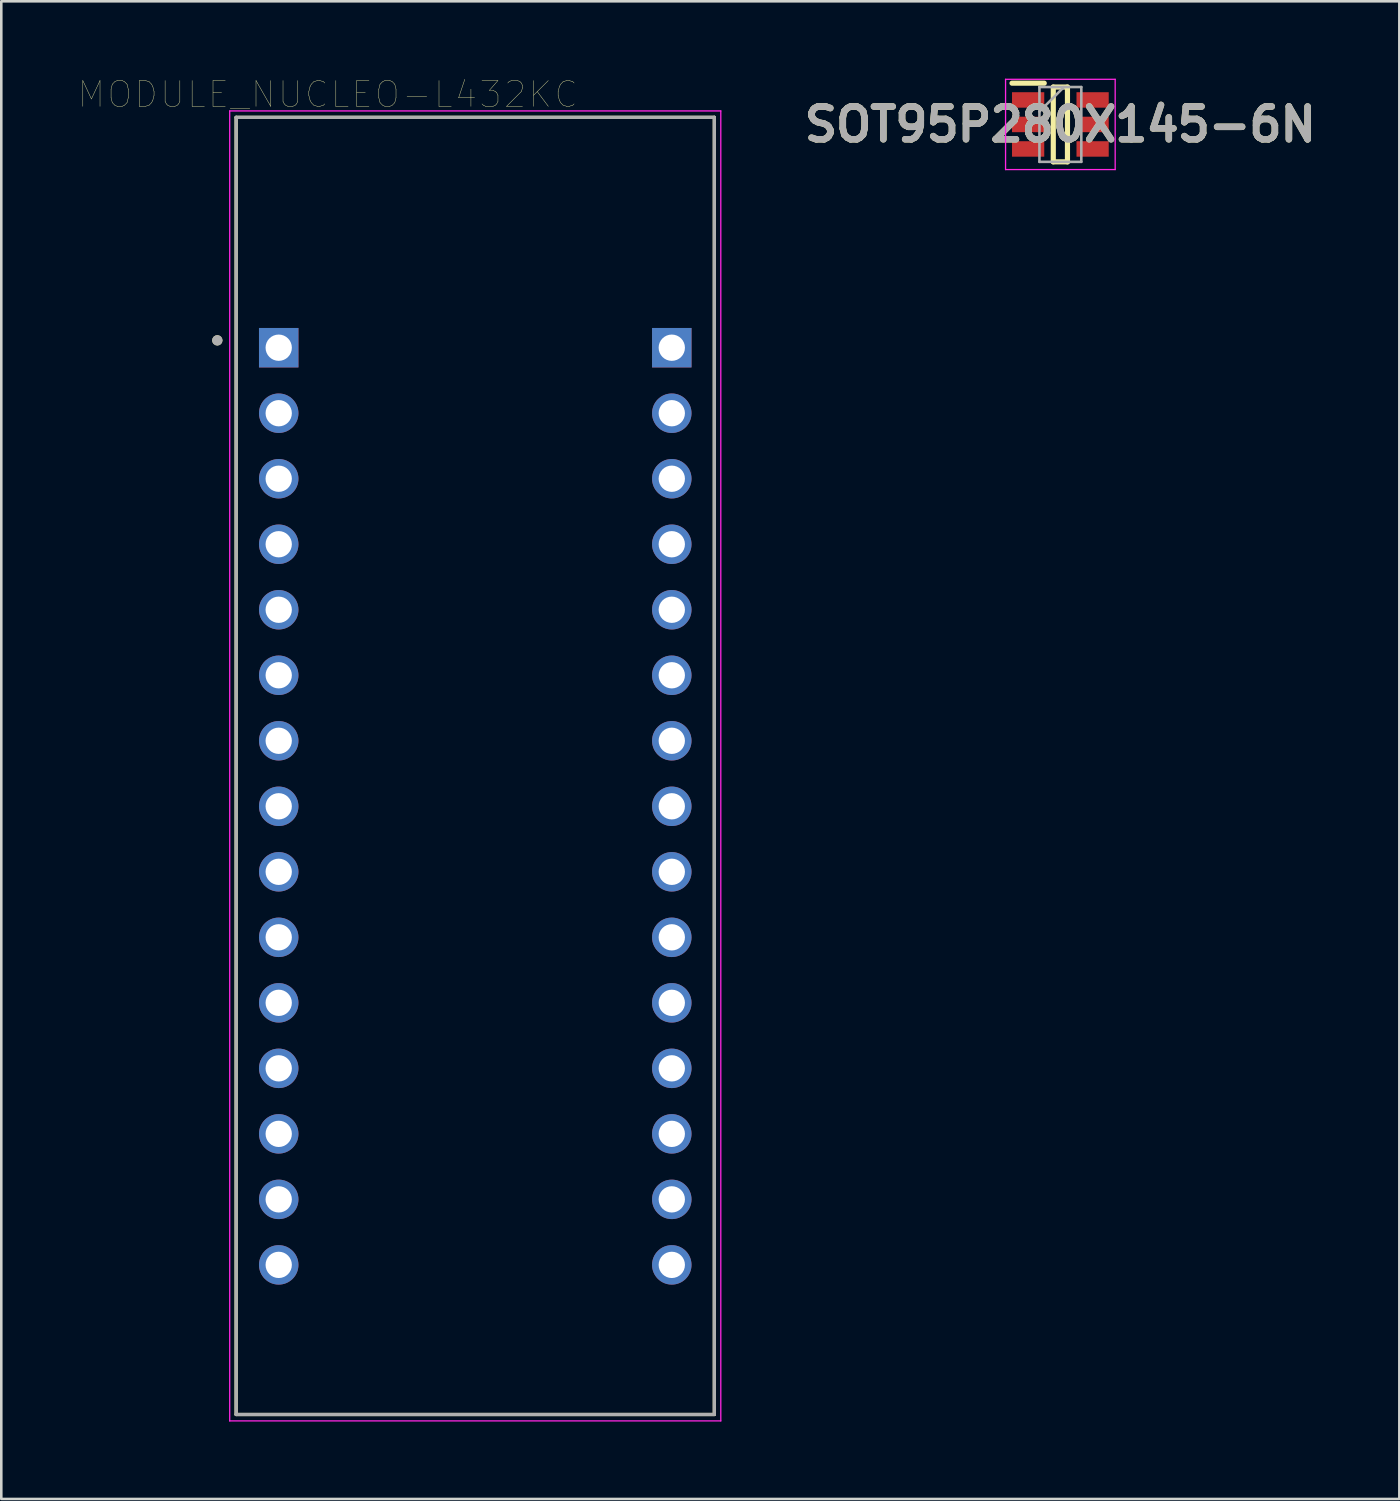
<source format=kicad_pcb>
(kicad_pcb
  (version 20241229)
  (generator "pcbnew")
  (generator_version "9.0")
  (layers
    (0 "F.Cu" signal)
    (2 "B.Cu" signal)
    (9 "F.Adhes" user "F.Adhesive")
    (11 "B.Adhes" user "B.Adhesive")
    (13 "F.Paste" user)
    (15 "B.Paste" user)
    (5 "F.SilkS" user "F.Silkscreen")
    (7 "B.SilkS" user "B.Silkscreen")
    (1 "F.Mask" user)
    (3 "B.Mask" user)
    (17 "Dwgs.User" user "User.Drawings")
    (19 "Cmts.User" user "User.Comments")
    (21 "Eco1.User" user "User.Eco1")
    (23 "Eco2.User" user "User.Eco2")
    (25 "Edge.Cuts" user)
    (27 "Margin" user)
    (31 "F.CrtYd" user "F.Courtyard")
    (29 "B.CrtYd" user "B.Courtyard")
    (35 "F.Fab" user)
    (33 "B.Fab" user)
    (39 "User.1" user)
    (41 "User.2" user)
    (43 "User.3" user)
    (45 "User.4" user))
  (footprint "MODULE_NUCLEO-L432KC"
    (layer "F.Cu")
    (at 15.376 26.646)
    (property "Reference" "MODULE_NUCLEO-L432KC" (at -5.715 -26.035 0) (layer "F.SilkS") (effects (font (size 1 1) (thickness 0.015))))
    (attr through_hole)
    (fp_line (start -9.27 -25.145) (end 9.27 -25.145) (stroke (width 0.127) (type solid)) (layer "F.SilkS"))
    (fp_line (start -9.27 25.145) (end -9.27 -25.145) (stroke (width 0.127) (type solid)) (layer "F.SilkS"))
    (fp_line (start 9.27 -25.145) (end 9.27 25.145) (stroke (width 0.127) (type solid)) (layer "F.SilkS"))
    (fp_line (start 9.27 25.145) (end -9.27 25.145) (stroke (width 0.127) (type solid)) (layer "F.SilkS"))
    (fp_circle (center -10 -16.5) (end -9.9 -16.5) (stroke (width 0.2) (type solid)) (fill no) (layer "F.SilkS"))
    (fp_line (start -9.52 -25.395) (end 9.52 -25.395) (stroke (width 0.05) (type solid)) (layer "F.CrtYd"))
    (fp_line (start -9.52 25.395) (end -9.52 -25.395) (stroke (width 0.05) (type solid)) (layer "F.CrtYd"))
    (fp_line (start 9.52 -25.395) (end 9.52 25.395) (stroke (width 0.05) (type solid)) (layer "F.CrtYd"))
    (fp_line (start 9.52 25.395) (end -9.52 25.395) (stroke (width 0.05) (type solid)) (layer "F.CrtYd"))
    (fp_line (start -9.27 -25.145) (end 9.27 -25.145) (stroke (width 0.127) (type solid)) (layer "F.Fab"))
    (fp_line (start -9.27 25.145) (end -9.27 -25.145) (stroke (width 0.127) (type solid)) (layer "F.Fab"))
    (fp_line (start 9.27 -25.145) (end 9.27 25.145) (stroke (width 0.127) (type solid)) (layer "F.Fab"))
    (fp_line (start 9.27 25.145) (end -9.27 25.145) (stroke (width 0.127) (type solid)) (layer "F.Fab"))
    (fp_circle (center -10 -16.5) (end -9.9 -16.5) (stroke (width 0.2) (type solid)) (fill no) (layer "F.Fab"))
    (pad "1" thru_hole rect (at -7.62 -16.215) (size 1.53 1.53) (drill 1.02) (layers "*.Cu" "*.Mask"))
    (pad "2" thru_hole circle (at -7.62 -13.675) (size 1.53 1.53) (drill 1.02) (layers "*.Cu" "*.Mask"))
    (pad "3" thru_hole circle (at -7.62 -11.135) (size 1.53 1.53) (drill 1.02) (layers "*.Cu" "*.Mask"))
    (pad "4" thru_hole circle (at -7.62 -8.595) (size 1.53 1.53) (drill 1.02) (layers "*.Cu" "*.Mask"))
    (pad "5" thru_hole circle (at -7.62 -6.055) (size 1.53 1.53) (drill 1.02) (layers "*.Cu" "*.Mask"))
    (pad "6" thru_hole circle (at -7.62 -3.515) (size 1.53 1.53) (drill 1.02) (layers "*.Cu" "*.Mask"))
    (pad "7" thru_hole circle (at -7.62 -0.975) (size 1.53 1.53) (drill 1.02) (layers "*.Cu" "*.Mask"))
    (pad "8" thru_hole circle (at -7.62 1.565) (size 1.53 1.53) (drill 1.02) (layers "*.Cu" "*.Mask"))
    (pad "9" thru_hole circle (at -7.62 4.105) (size 1.53 1.53) (drill 1.02) (layers "*.Cu" "*.Mask"))
    (pad "10" thru_hole circle (at -7.62 6.645) (size 1.53 1.53) (drill 1.02) (layers "*.Cu" "*.Mask"))
    (pad "11" thru_hole circle (at -7.62 9.185) (size 1.53 1.53) (drill 1.02) (layers "*.Cu" "*.Mask"))
    (pad "12" thru_hole circle (at -7.62 11.725) (size 1.53 1.53) (drill 1.02) (layers "*.Cu" "*.Mask"))
    (pad "13" thru_hole circle (at -7.62 14.265) (size 1.53 1.53) (drill 1.02) (layers "*.Cu" "*.Mask"))
    (pad "14" thru_hole circle (at -7.62 16.805) (size 1.53 1.53) (drill 1.02) (layers "*.Cu" "*.Mask"))
    (pad "15" thru_hole circle (at -7.62 19.345) (size 1.53 1.53) (drill 1.02) (layers "*.Cu" "*.Mask"))
    (pad "16" thru_hole circle (at 7.62 19.345) (size 1.53 1.53) (drill 1.02) (layers "*.Cu" "*.Mask"))
    (pad "17" thru_hole circle (at 7.62 16.805) (size 1.53 1.53) (drill 1.02) (layers "*.Cu" "*.Mask"))
    (pad "18" thru_hole circle (at 7.62 14.265) (size 1.53 1.53) (drill 1.02) (layers "*.Cu" "*.Mask"))
    (pad "19" thru_hole circle (at 7.62 11.725) (size 1.53 1.53) (drill 1.02) (layers "*.Cu" "*.Mask"))
    (pad "20" thru_hole circle (at 7.62 9.185) (size 1.53 1.53) (drill 1.02) (layers "*.Cu" "*.Mask"))
    (pad "21" thru_hole circle (at 7.62 6.645) (size 1.53 1.53) (drill 1.02) (layers "*.Cu" "*.Mask"))
    (pad "22" thru_hole circle (at 7.62 4.105) (size 1.53 1.53) (drill 1.02) (layers "*.Cu" "*.Mask"))
    (pad "23" thru_hole circle (at 7.62 1.565) (size 1.53 1.53) (drill 1.02) (layers "*.Cu" "*.Mask"))
    (pad "24" thru_hole circle (at 7.62 -0.975) (size 1.53 1.53) (drill 1.02) (layers "*.Cu" "*.Mask"))
    (pad "25" thru_hole circle (at 7.62 -3.515) (size 1.53 1.53) (drill 1.02) (layers "*.Cu" "*.Mask"))
    (pad "26" thru_hole circle (at 7.62 -6.055) (size 1.53 1.53) (drill 1.02) (layers "*.Cu" "*.Mask"))
    (pad "27" thru_hole circle (at 7.62 -8.595) (size 1.53 1.53) (drill 1.02) (layers "*.Cu" "*.Mask"))
    (pad "28" thru_hole circle (at 7.62 -11.135) (size 1.53 1.53) (drill 1.02) (layers "*.Cu" "*.Mask"))
    (pad "29" thru_hole circle (at 7.62 -13.675) (size 1.53 1.53) (drill 1.02) (layers "*.Cu" "*.Mask"))
    (pad "30" thru_hole rect (at 7.62 -16.215) (size 1.53 1.53) (drill 1.02) (layers "*.Cu" "*.Mask")))
  (footprint "SOT95P280X145-6N"
    (layer "F.Cu")
    (at 38.062 1.775)
    (property "Reference" "SOT95P280X145-6N" (at 0 0 180) (layer "F.SilkS") (effects (font (size 1.27 1.27) (thickness 0.254))))
    (attr smd)
    (fp_line (start -1.875 -1.6) (end -0.625 -1.6) (stroke (width 0.2) (type solid)) (layer "F.SilkS"))
    (fp_line (start -0.275 -1.45) (end 0.275 -1.45) (stroke (width 0.2) (type solid)) (layer "F.SilkS"))
    (fp_line (start -0.275 1.45) (end -0.275 -1.45) (stroke (width 0.2) (type solid)) (layer "F.SilkS"))
    (fp_line (start 0.275 -1.45) (end 0.275 1.45) (stroke (width 0.2) (type solid)) (layer "F.SilkS"))
    (fp_line (start 0.275 1.45) (end -0.275 1.45) (stroke (width 0.2) (type solid)) (layer "F.SilkS"))
    (fp_line (start -2.125 -1.75) (end 2.125 -1.75) (stroke (width 0.05) (type solid)) (layer "F.CrtYd"))
    (fp_line (start -2.125 1.75) (end -2.125 -1.75) (stroke (width 0.05) (type solid)) (layer "F.CrtYd"))
    (fp_line (start 2.125 -1.75) (end 2.125 1.75) (stroke (width 0.05) (type solid)) (layer "F.CrtYd"))
    (fp_line (start 2.125 1.75) (end -2.125 1.75) (stroke (width 0.05) (type solid)) (layer "F.CrtYd"))
    (fp_line (start -0.812 -1.45) (end 0.812 -1.45) (stroke (width 0.1) (type solid)) (layer "F.Fab"))
    (fp_line (start -0.812 -0.5) (end 0.138 -1.45) (stroke (width 0.1) (type solid)) (layer "F.Fab"))
    (fp_line (start -0.812 1.45) (end -0.812 -1.45) (stroke (width 0.1) (type solid)) (layer "F.Fab"))
    (fp_line (start 0.812 -1.45) (end 0.812 1.45) (stroke (width 0.1) (type solid)) (layer "F.Fab"))
    (fp_line (start 0.812 1.45) (end -0.812 1.45) (stroke (width 0.1) (type solid)) (layer "F.Fab"))
    (fp_text user "${REFERENCE}" (at 0 0 180) (layer "F.Fab") (effects (font (size 1.27 1.27) (thickness 0.254))))
    (pad "1" smd rect (at -1.25 -0.95 90) (size 0.6 1.25) (layers "F.Cu" "F.Mask" "F.Paste"))
    (pad "2" smd rect (at -1.25 0 90) (size 0.6 1.25) (layers "F.Cu" "F.Mask" "F.Paste"))
    (pad "3" smd rect (at -1.25 0.95 90) (size 0.6 1.25) (layers "F.Cu" "F.Mask" "F.Paste"))
    (pad "4" smd rect (at 1.25 0.95 90) (size 0.6 1.25) (layers "F.Cu" "F.Mask" "F.Paste"))
    (pad "5" smd rect (at 1.25 0 90) (size 0.6 1.25) (layers "F.Cu" "F.Mask" "F.Paste"))
    (pad "6" smd rect (at 1.25 -0.95 90) (size 0.6 1.25) (layers "F.Cu" "F.Mask" "F.Paste")))
  (gr_rect
    (start -3 -3)
    (end 51.204 55.066)
    (stroke (width 0.1) (type default))
    (fill no)
    (layer "Edge.Cuts")))
</source>
